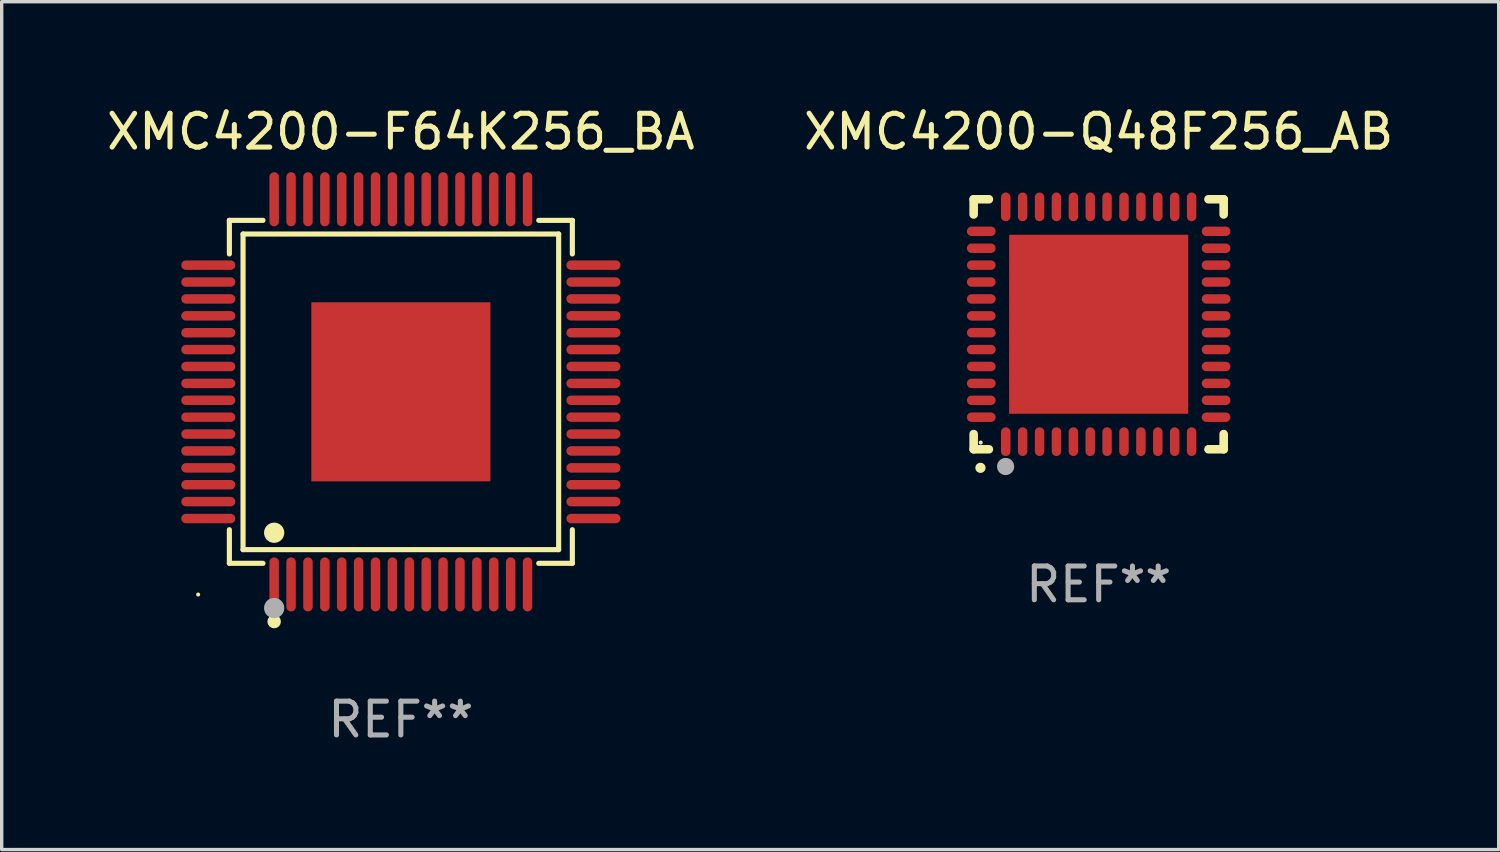
<source format=kicad_pcb>
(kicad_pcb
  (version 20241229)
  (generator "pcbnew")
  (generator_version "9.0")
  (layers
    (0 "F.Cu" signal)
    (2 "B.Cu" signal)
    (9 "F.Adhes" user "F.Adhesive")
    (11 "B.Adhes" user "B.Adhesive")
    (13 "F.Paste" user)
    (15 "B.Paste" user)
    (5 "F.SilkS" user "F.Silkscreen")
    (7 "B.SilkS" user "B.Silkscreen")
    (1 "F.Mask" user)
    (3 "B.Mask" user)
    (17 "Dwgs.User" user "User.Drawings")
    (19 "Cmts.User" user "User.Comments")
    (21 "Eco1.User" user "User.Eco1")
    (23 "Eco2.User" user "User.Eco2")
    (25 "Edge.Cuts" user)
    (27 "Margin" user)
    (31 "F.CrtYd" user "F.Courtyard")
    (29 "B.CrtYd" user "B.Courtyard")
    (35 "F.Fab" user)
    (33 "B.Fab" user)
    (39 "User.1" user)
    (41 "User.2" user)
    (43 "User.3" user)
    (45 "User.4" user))
  (footprint "XMC4200-F64K256_BA"
    (layer "F.Cu")
    (at 8.815 8.548)
    (property "Reference" "XMC4200-F64K256_BA" (at 0 -7.7 0) (layer "F.SilkS") (effects (font (size 1 1) (thickness 0.15))))
    (attr through_hole)
    (fp_line (start -5.076 -5.076) (end -4.081 -5.076) (stroke (width 0.152) (type solid)) (layer "F.SilkS"))
    (fp_line (start -5.076 -4.081) (end -5.076 -5.076) (stroke (width 0.152) (type solid)) (layer "F.SilkS"))
    (fp_line (start -5.076 4.081) (end -5.076 5.076) (stroke (width 0.152) (type solid)) (layer "F.SilkS"))
    (fp_line (start -5.076 5.076) (end -4.081 5.076) (stroke (width 0.152) (type solid)) (layer "F.SilkS"))
    (fp_line (start -4.671 -4.671) (end 4.671 -4.671) (stroke (width 0.152) (type solid)) (layer "F.SilkS"))
    (fp_line (start -4.671 4.671) (end -4.671 -4.671) (stroke (width 0.152) (type solid)) (layer "F.SilkS"))
    (fp_line (start 4.671 -4.671) (end 4.671 4.671) (stroke (width 0.152) (type solid)) (layer "F.SilkS"))
    (fp_line (start 4.671 4.671) (end -4.671 4.671) (stroke (width 0.152) (type solid)) (layer "F.SilkS"))
    (fp_line (start 5.076 -5.076) (end 4.081 -5.076) (stroke (width 0.152) (type solid)) (layer "F.SilkS"))
    (fp_line (start 5.076 -4.081) (end 5.076 -5.076) (stroke (width 0.152) (type solid)) (layer "F.SilkS"))
    (fp_line (start 5.076 4.081) (end 5.076 5.076) (stroke (width 0.152) (type solid)) (layer "F.SilkS"))
    (fp_line (start 5.076 5.076) (end 4.081 5.076) (stroke (width 0.152) (type solid)) (layer "F.SilkS"))
    (fp_circle (center -6 6) (end -5.97 6) (stroke (width 0.06) (type solid)) (fill no) (layer "F.SilkS"))
    (fp_circle (center -3.75 4.171) (end -3.6 4.171) (stroke (width 0.3) (type solid)) (fill no) (layer "F.SilkS"))
    (fp_circle (center -3.75 6.8) (end -3.65 6.8) (stroke (width 0.2) (type solid)) (fill no) (layer "F.SilkS"))
    (fp_circle (center -3.75 6.4) (end -3.6 6.4) (stroke (width 0.3) (type solid)) (fill no) (layer "F.Fab"))
    (fp_text user "REF**" (at 0 9.7 0) (layer "F.Fab") (effects (font (size 1 1) (thickness 0.15))))
    (pad "1" smd oval (at -3.75 5.7) (size 0.28 1.6) (layers "F.Cu" "F.Mask" "F.Paste"))
    (pad "2" smd oval (at -3.25 5.7) (size 0.28 1.6) (layers "F.Cu" "F.Mask" "F.Paste"))
    (pad "3" smd oval (at -2.75 5.7) (size 0.28 1.6) (layers "F.Cu" "F.Mask" "F.Paste"))
    (pad "4" smd oval (at -2.25 5.7) (size 0.28 1.6) (layers "F.Cu" "F.Mask" "F.Paste"))
    (pad "5" smd oval (at -1.75 5.7) (size 0.28 1.6) (layers "F.Cu" "F.Mask" "F.Paste"))
    (pad "6" smd oval (at -1.25 5.7) (size 0.28 1.6) (layers "F.Cu" "F.Mask" "F.Paste"))
    (pad "7" smd oval (at -0.75 5.7) (size 0.28 1.6) (layers "F.Cu" "F.Mask" "F.Paste"))
    (pad "8" smd oval (at -0.25 5.7) (size 0.28 1.6) (layers "F.Cu" "F.Mask" "F.Paste"))
    (pad "9" smd oval (at 0.25 5.7) (size 0.28 1.6) (layers "F.Cu" "F.Mask" "F.Paste"))
    (pad "10" smd oval (at 0.75 5.7) (size 0.28 1.6) (layers "F.Cu" "F.Mask" "F.Paste"))
    (pad "11" smd oval (at 1.25 5.7) (size 0.28 1.6) (layers "F.Cu" "F.Mask" "F.Paste"))
    (pad "12" smd oval (at 1.75 5.7) (size 0.28 1.6) (layers "F.Cu" "F.Mask" "F.Paste"))
    (pad "13" smd oval (at 2.25 5.7) (size 0.28 1.6) (layers "F.Cu" "F.Mask" "F.Paste"))
    (pad "14" smd oval (at 2.75 5.7) (size 0.28 1.6) (layers "F.Cu" "F.Mask" "F.Paste"))
    (pad "15" smd oval (at 3.25 5.7) (size 0.28 1.6) (layers "F.Cu" "F.Mask" "F.Paste"))
    (pad "16" smd oval (at 3.75 5.7) (size 0.28 1.6) (layers "F.Cu" "F.Mask" "F.Paste"))
    (pad "17" smd oval (at 5.7 3.75) (size 1.6 0.28) (layers "F.Cu" "F.Mask" "F.Paste"))
    (pad "18" smd oval (at 5.7 3.25) (size 1.6 0.28) (layers "F.Cu" "F.Mask" "F.Paste"))
    (pad "19" smd oval (at 5.7 2.75) (size 1.6 0.28) (layers "F.Cu" "F.Mask" "F.Paste"))
    (pad "20" smd oval (at 5.7 2.25) (size 1.6 0.28) (layers "F.Cu" "F.Mask" "F.Paste"))
    (pad "21" smd oval (at 5.7 1.75) (size 1.6 0.28) (layers "F.Cu" "F.Mask" "F.Paste"))
    (pad "22" smd oval (at 5.7 1.25) (size 1.6 0.28) (layers "F.Cu" "F.Mask" "F.Paste"))
    (pad "23" smd oval (at 5.7 0.75) (size 1.6 0.28) (layers "F.Cu" "F.Mask" "F.Paste"))
    (pad "24" smd oval (at 5.7 0.25) (size 1.6 0.28) (layers "F.Cu" "F.Mask" "F.Paste"))
    (pad "25" smd oval (at 5.7 -0.25) (size 1.6 0.28) (layers "F.Cu" "F.Mask" "F.Paste"))
    (pad "26" smd oval (at 5.7 -0.75) (size 1.6 0.28) (layers "F.Cu" "F.Mask" "F.Paste"))
    (pad "27" smd oval (at 5.7 -1.25) (size 1.6 0.28) (layers "F.Cu" "F.Mask" "F.Paste"))
    (pad "28" smd oval (at 5.7 -1.75) (size 1.6 0.28) (layers "F.Cu" "F.Mask" "F.Paste"))
    (pad "29" smd oval (at 5.7 -2.25) (size 1.6 0.28) (layers "F.Cu" "F.Mask" "F.Paste"))
    (pad "30" smd oval (at 5.7 -2.75) (size 1.6 0.28) (layers "F.Cu" "F.Mask" "F.Paste"))
    (pad "31" smd oval (at 5.7 -3.25) (size 1.6 0.28) (layers "F.Cu" "F.Mask" "F.Paste"))
    (pad "32" smd oval (at 5.7 -3.75) (size 1.6 0.28) (layers "F.Cu" "F.Mask" "F.Paste"))
    (pad "33" smd oval (at 3.75 -5.7) (size 0.28 1.6) (layers "F.Cu" "F.Mask" "F.Paste"))
    (pad "34" smd oval (at 3.25 -5.7) (size 0.28 1.6) (layers "F.Cu" "F.Mask" "F.Paste"))
    (pad "35" smd oval (at 2.75 -5.7) (size 0.28 1.6) (layers "F.Cu" "F.Mask" "F.Paste"))
    (pad "36" smd oval (at 2.25 -5.7) (size 0.28 1.6) (layers "F.Cu" "F.Mask" "F.Paste"))
    (pad "37" smd oval (at 1.75 -5.7) (size 0.28 1.6) (layers "F.Cu" "F.Mask" "F.Paste"))
    (pad "38" smd oval (at 1.25 -5.7) (size 0.28 1.6) (layers "F.Cu" "F.Mask" "F.Paste"))
    (pad "39" smd oval (at 0.75 -5.7) (size 0.28 1.6) (layers "F.Cu" "F.Mask" "F.Paste"))
    (pad "40" smd oval (at 0.25 -5.7) (size 0.28 1.6) (layers "F.Cu" "F.Mask" "F.Paste"))
    (pad "41" smd oval (at -0.25 -5.7) (size 0.28 1.6) (layers "F.Cu" "F.Mask" "F.Paste"))
    (pad "42" smd oval (at -0.75 -5.7) (size 0.28 1.6) (layers "F.Cu" "F.Mask" "F.Paste"))
    (pad "43" smd oval (at -1.25 -5.7) (size 0.28 1.6) (layers "F.Cu" "F.Mask" "F.Paste"))
    (pad "44" smd oval (at -1.75 -5.7) (size 0.28 1.6) (layers "F.Cu" "F.Mask" "F.Paste"))
    (pad "45" smd oval (at -2.25 -5.7) (size 0.28 1.6) (layers "F.Cu" "F.Mask" "F.Paste"))
    (pad "46" smd oval (at -2.75 -5.7) (size 0.28 1.6) (layers "F.Cu" "F.Mask" "F.Paste"))
    (pad "47" smd oval (at -3.25 -5.7) (size 0.28 1.6) (layers "F.Cu" "F.Mask" "F.Paste"))
    (pad "48" smd oval (at -3.75 -5.7) (size 0.28 1.6) (layers "F.Cu" "F.Mask" "F.Paste"))
    (pad "49" smd oval (at -5.7 -3.75) (size 1.6 0.28) (layers "F.Cu" "F.Mask" "F.Paste"))
    (pad "50" smd oval (at -5.7 -3.25) (size 1.6 0.28) (layers "F.Cu" "F.Mask" "F.Paste"))
    (pad "51" smd oval (at -5.7 -2.75) (size 1.6 0.28) (layers "F.Cu" "F.Mask" "F.Paste"))
    (pad "52" smd oval (at -5.7 -2.25) (size 1.6 0.28) (layers "F.Cu" "F.Mask" "F.Paste"))
    (pad "53" smd oval (at -5.7 -1.75) (size 1.6 0.28) (layers "F.Cu" "F.Mask" "F.Paste"))
    (pad "54" smd oval (at -5.7 -1.25) (size 1.6 0.28) (layers "F.Cu" "F.Mask" "F.Paste"))
    (pad "55" smd oval (at -5.7 -0.75) (size 1.6 0.28) (layers "F.Cu" "F.Mask" "F.Paste"))
    (pad "56" smd oval (at -5.7 -0.25) (size 1.6 0.28) (layers "F.Cu" "F.Mask" "F.Paste"))
    (pad "57" smd oval (at -5.7 0.25) (size 1.6 0.28) (layers "F.Cu" "F.Mask" "F.Paste"))
    (pad "58" smd oval (at -5.7 0.75) (size 1.6 0.28) (layers "F.Cu" "F.Mask" "F.Paste"))
    (pad "59" smd oval (at -5.7 1.25) (size 1.6 0.28) (layers "F.Cu" "F.Mask" "F.Paste"))
    (pad "60" smd oval (at -5.7 1.75) (size 1.6 0.28) (layers "F.Cu" "F.Mask" "F.Paste"))
    (pad "61" smd oval (at -5.7 2.25) (size 1.6 0.28) (layers "F.Cu" "F.Mask" "F.Paste"))
    (pad "62" smd oval (at -5.7 2.75) (size 1.6 0.28) (layers "F.Cu" "F.Mask" "F.Paste"))
    (pad "63" smd oval (at -5.7 3.25) (size 1.6 0.28) (layers "F.Cu" "F.Mask" "F.Paste"))
    (pad "64" smd oval (at -5.7 3.75) (size 1.6 0.28) (layers "F.Cu" "F.Mask" "F.Paste"))
    (pad "65" smd rect (at 0 0) (size 5.3 5.3) (layers "F.Cu" "F.Mask" "F.Paste")))
  (footprint "XMC4200-Q48F256_AB"
    (layer "F.Cu")
    (at 29.47 6.548)
    (property "Reference" "XMC4200-Q48F256_AB" (at 0 -5.7 0) (layer "F.SilkS") (effects (font (size 1 1) (thickness 0.15))))
    (attr through_hole)
    (fp_line (start -3.7 -3.7) (end -3.25 -3.7) (stroke (width 0.254) (type solid)) (layer "F.SilkS"))
    (fp_line (start -3.7 -3.25) (end -3.7 -3.7) (stroke (width 0.254) (type solid)) (layer "F.SilkS"))
    (fp_line (start -3.7 3.7) (end -3.7 3.25) (stroke (width 0.254) (type solid)) (layer "F.SilkS"))
    (fp_line (start -3.25 3.7) (end -3.7 3.7) (stroke (width 0.254) (type solid)) (layer "F.SilkS"))
    (fp_line (start 3.25 3.7) (end 3.7 3.7) (stroke (width 0.254) (type solid)) (layer "F.SilkS"))
    (fp_line (start 3.7 -3.7) (end 3.25 -3.7) (stroke (width 0.254) (type solid)) (layer "F.SilkS"))
    (fp_line (start 3.7 -3.25) (end 3.7 -3.7) (stroke (width 0.254) (type solid)) (layer "F.SilkS"))
    (fp_line (start 3.7 3.7) (end 3.7 3.25) (stroke (width 0.254) (type solid)) (layer "F.SilkS"))
    (fp_arc (start -3.500127 4.249428) (mid -3.498857 4.249423) (end -3.497587 4.249428) (stroke (width 0.3) (type solid)) (layer "F.SilkS"))
    (fp_circle (center -3.491 3.501) (end -3.461 3.501) (stroke (width 0.06) (type solid)) (fill no) (layer "F.SilkS"))
    (fp_circle (center -2.754 4.21) (end -2.627 4.21) (stroke (width 0.254) (type solid)) (fill no) (layer "F.Fab"))
    (fp_text user "REF**" (at 0 7.7 0) (layer "F.Fab") (effects (font (size 1 1) (thickness 0.15))))
    (pad "1" smd oval (at -2.751 3.475) (size 0.28 0.85) (layers "F.Cu" "F.Mask" "F.Paste"))
    (pad "2" smd oval (at -2.251 3.475) (size 0.28 0.85) (layers "F.Cu" "F.Mask" "F.Paste"))
    (pad "3" smd oval (at -1.75 3.475) (size 0.28 0.85) (layers "F.Cu" "F.Mask" "F.Paste"))
    (pad "4" smd oval (at -1.25 3.475) (size 0.28 0.85) (layers "F.Cu" "F.Mask" "F.Paste"))
    (pad "5" smd oval (at -0.749 3.475) (size 0.28 0.85) (layers "F.Cu" "F.Mask" "F.Paste"))
    (pad "6" smd oval (at -0.249 3.475) (size 0.28 0.85) (layers "F.Cu" "F.Mask" "F.Paste"))
    (pad "7" smd oval (at 0.249 3.475) (size 0.28 0.85) (layers "F.Cu" "F.Mask" "F.Paste"))
    (pad "8" smd oval (at 0.749 3.475) (size 0.28 0.85) (layers "F.Cu" "F.Mask" "F.Paste"))
    (pad "9" smd oval (at 1.25 3.475) (size 0.28 0.85) (layers "F.Cu" "F.Mask" "F.Paste"))
    (pad "10" smd oval (at 1.75 3.475) (size 0.28 0.85) (layers "F.Cu" "F.Mask" "F.Paste"))
    (pad "11" smd oval (at 2.25 3.475) (size 0.28 0.85) (layers "F.Cu" "F.Mask" "F.Paste"))
    (pad "12" smd oval (at 2.751 3.475) (size 0.28 0.85) (layers "F.Cu" "F.Mask" "F.Paste"))
    (pad "13" smd oval (at 3.475 2.751) (size 0.85 0.28) (layers "F.Cu" "F.Mask" "F.Paste"))
    (pad "14" smd oval (at 3.475 2.251) (size 0.85 0.28) (layers "F.Cu" "F.Mask" "F.Paste"))
    (pad "15" smd oval (at 3.475 1.75) (size 0.85 0.28) (layers "F.Cu" "F.Mask" "F.Paste"))
    (pad "16" smd oval (at 3.475 1.25) (size 0.85 0.28) (layers "F.Cu" "F.Mask" "F.Paste"))
    (pad "17" smd oval (at 3.475 0.749) (size 0.85 0.28) (layers "F.Cu" "F.Mask" "F.Paste"))
    (pad "18" smd oval (at 3.475 0.249) (size 0.85 0.28) (layers "F.Cu" "F.Mask" "F.Paste"))
    (pad "19" smd oval (at 3.475 -0.249) (size 0.85 0.28) (layers "F.Cu" "F.Mask" "F.Paste"))
    (pad "20" smd oval (at 3.475 -0.749) (size 0.85 0.28) (layers "F.Cu" "F.Mask" "F.Paste"))
    (pad "21" smd oval (at 3.475 -1.25) (size 0.85 0.28) (layers "F.Cu" "F.Mask" "F.Paste"))
    (pad "22" smd oval (at 3.475 -1.75) (size 0.85 0.28) (layers "F.Cu" "F.Mask" "F.Paste"))
    (pad "23" smd oval (at 3.475 -2.25) (size 0.85 0.28) (layers "F.Cu" "F.Mask" "F.Paste"))
    (pad "24" smd oval (at 3.475 -2.751) (size 0.85 0.28) (layers "F.Cu" "F.Mask" "F.Paste"))
    (pad "25" smd oval (at 2.751 -3.475) (size 0.28 0.85) (layers "F.Cu" "F.Mask" "F.Paste"))
    (pad "26" smd oval (at 2.25 -3.475) (size 0.28 0.85) (layers "F.Cu" "F.Mask" "F.Paste"))
    (pad "27" smd oval (at 1.75 -3.475) (size 0.28 0.85) (layers "F.Cu" "F.Mask" "F.Paste"))
    (pad "28" smd oval (at 1.25 -3.475) (size 0.28 0.85) (layers "F.Cu" "F.Mask" "F.Paste"))
    (pad "29" smd oval (at 0.749 -3.475) (size 0.28 0.85) (layers "F.Cu" "F.Mask" "F.Paste"))
    (pad "30" smd oval (at 0.249 -3.475) (size 0.28 0.85) (layers "F.Cu" "F.Mask" "F.Paste"))
    (pad "31" smd oval (at -0.249 -3.475) (size 0.28 0.85) (layers "F.Cu" "F.Mask" "F.Paste"))
    (pad "32" smd oval (at -0.749 -3.475) (size 0.28 0.85) (layers "F.Cu" "F.Mask" "F.Paste"))
    (pad "33" smd oval (at -1.25 -3.475) (size 0.28 0.85) (layers "F.Cu" "F.Mask" "F.Paste"))
    (pad "34" smd oval (at -1.75 -3.475) (size 0.28 0.85) (layers "F.Cu" "F.Mask" "F.Paste"))
    (pad "35" smd oval (at -2.251 -3.475) (size 0.28 0.85) (layers "F.Cu" "F.Mask" "F.Paste"))
    (pad "36" smd oval (at -2.751 -3.475) (size 0.28 0.85) (layers "F.Cu" "F.Mask" "F.Paste"))
    (pad "37" smd oval (at -3.475 -2.751) (size 0.85 0.28) (layers "F.Cu" "F.Mask" "F.Paste"))
    (pad "38" smd oval (at -3.475 -2.25) (size 0.85 0.28) (layers "F.Cu" "F.Mask" "F.Paste"))
    (pad "39" smd oval (at -3.475 -1.75) (size 0.85 0.28) (layers "F.Cu" "F.Mask" "F.Paste"))
    (pad "40" smd oval (at -3.475 -1.25) (size 0.85 0.28) (layers "F.Cu" "F.Mask" "F.Paste"))
    (pad "41" smd oval (at -3.475 -0.749) (size 0.85 0.28) (layers "F.Cu" "F.Mask" "F.Paste"))
    (pad "42" smd oval (at -3.475 -0.249) (size 0.85 0.28) (layers "F.Cu" "F.Mask" "F.Paste"))
    (pad "43" smd oval (at -3.475 0.249) (size 0.85 0.28) (layers "F.Cu" "F.Mask" "F.Paste"))
    (pad "44" smd oval (at -3.475 0.749) (size 0.85 0.28) (layers "F.Cu" "F.Mask" "F.Paste"))
    (pad "45" smd oval (at -3.475 1.25) (size 0.85 0.28) (layers "F.Cu" "F.Mask" "F.Paste"))
    (pad "46" smd oval (at -3.475 1.75) (size 0.85 0.28) (layers "F.Cu" "F.Mask" "F.Paste"))
    (pad "47" smd oval (at -3.475 2.251) (size 0.85 0.28) (layers "F.Cu" "F.Mask" "F.Paste"))
    (pad "48" smd oval (at -3.475 2.751) (size 0.85 0.28) (layers "F.Cu" "F.Mask" "F.Paste"))
    (pad "49" smd rect (at -0.000102 0.000102) (size 5.3 5.3) (layers "F.Cu" "F.Mask" "F.Paste")))
  (gr_rect
    (start -3 -3)
    (end 41.31 22.097)
    (stroke (width 0.1) (type default))
    (fill no)
    (layer "Edge.Cuts")))
</source>
